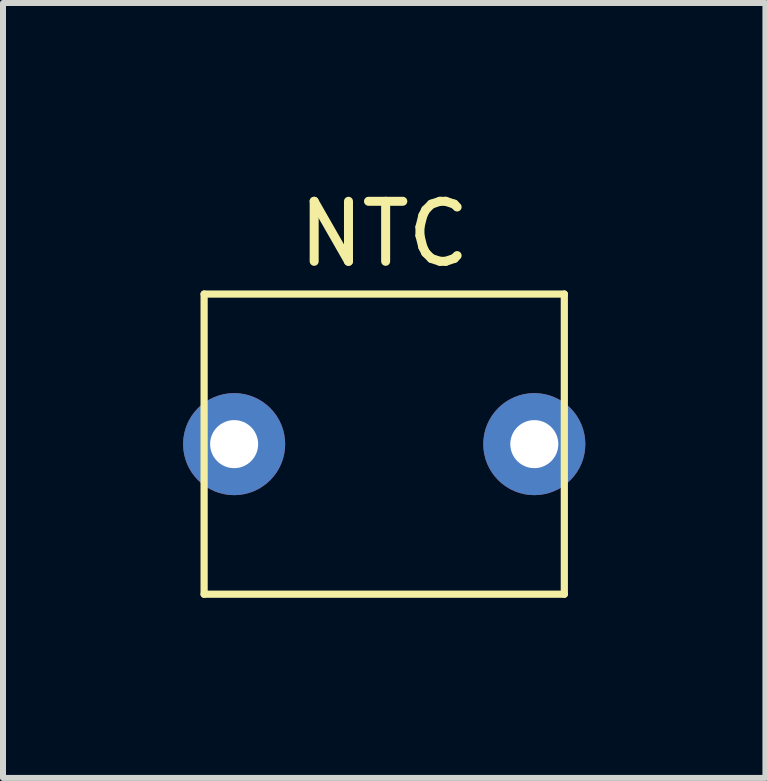
<source format=kicad_pcb>
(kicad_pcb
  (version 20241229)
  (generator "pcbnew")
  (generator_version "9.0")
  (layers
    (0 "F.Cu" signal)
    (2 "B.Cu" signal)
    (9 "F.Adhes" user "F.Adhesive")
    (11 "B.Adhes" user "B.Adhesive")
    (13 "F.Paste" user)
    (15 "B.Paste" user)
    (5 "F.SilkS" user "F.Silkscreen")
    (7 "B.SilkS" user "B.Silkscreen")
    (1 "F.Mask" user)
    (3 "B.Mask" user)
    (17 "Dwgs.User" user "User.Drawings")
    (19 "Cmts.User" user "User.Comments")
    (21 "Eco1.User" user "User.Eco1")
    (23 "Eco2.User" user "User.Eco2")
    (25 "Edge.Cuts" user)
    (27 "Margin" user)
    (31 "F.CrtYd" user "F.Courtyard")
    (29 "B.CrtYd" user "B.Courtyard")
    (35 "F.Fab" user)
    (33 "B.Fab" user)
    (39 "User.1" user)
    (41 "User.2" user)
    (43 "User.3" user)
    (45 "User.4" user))
  (footprint "NTC"
    (layer "F.Cu")
    (at 3.35 3.848)
    (property "Reference" "NTC" (at 0 -3 0) (layer "F.SilkS") (effects (font (size 1 1) (thickness 0.15))))
    (attr through_hole)
    (fp_line (start -3 -2) (end 3 -2) (stroke (width 0.12) (type solid)) (layer "F.SilkS"))
    (fp_line (start -3 3) (end -3 -2) (stroke (width 0.12) (type solid)) (layer "F.SilkS"))
    (fp_line (start 3 -2) (end 3 3) (stroke (width 0.12) (type solid)) (layer "F.SilkS"))
    (fp_line (start 3 3) (end -3 3) (stroke (width 0.12) (type solid)) (layer "F.SilkS"))
    (pad "1" thru_hole circle (at -2.5 0.5) (size 1.7 1.7) (drill 0.8) (layers "*.Cu" "*.Mask"))
    (pad "2" thru_hole circle (at 2.5 0.5) (size 1.7 1.7) (drill 0.8) (layers "*.Cu" "*.Mask")))
  (gr_rect
    (start -3 -3)
    (end 9.7 9.908)
    (stroke (width 0.1) (type default))
    (fill no)
    (layer "Edge.Cuts")))
</source>
